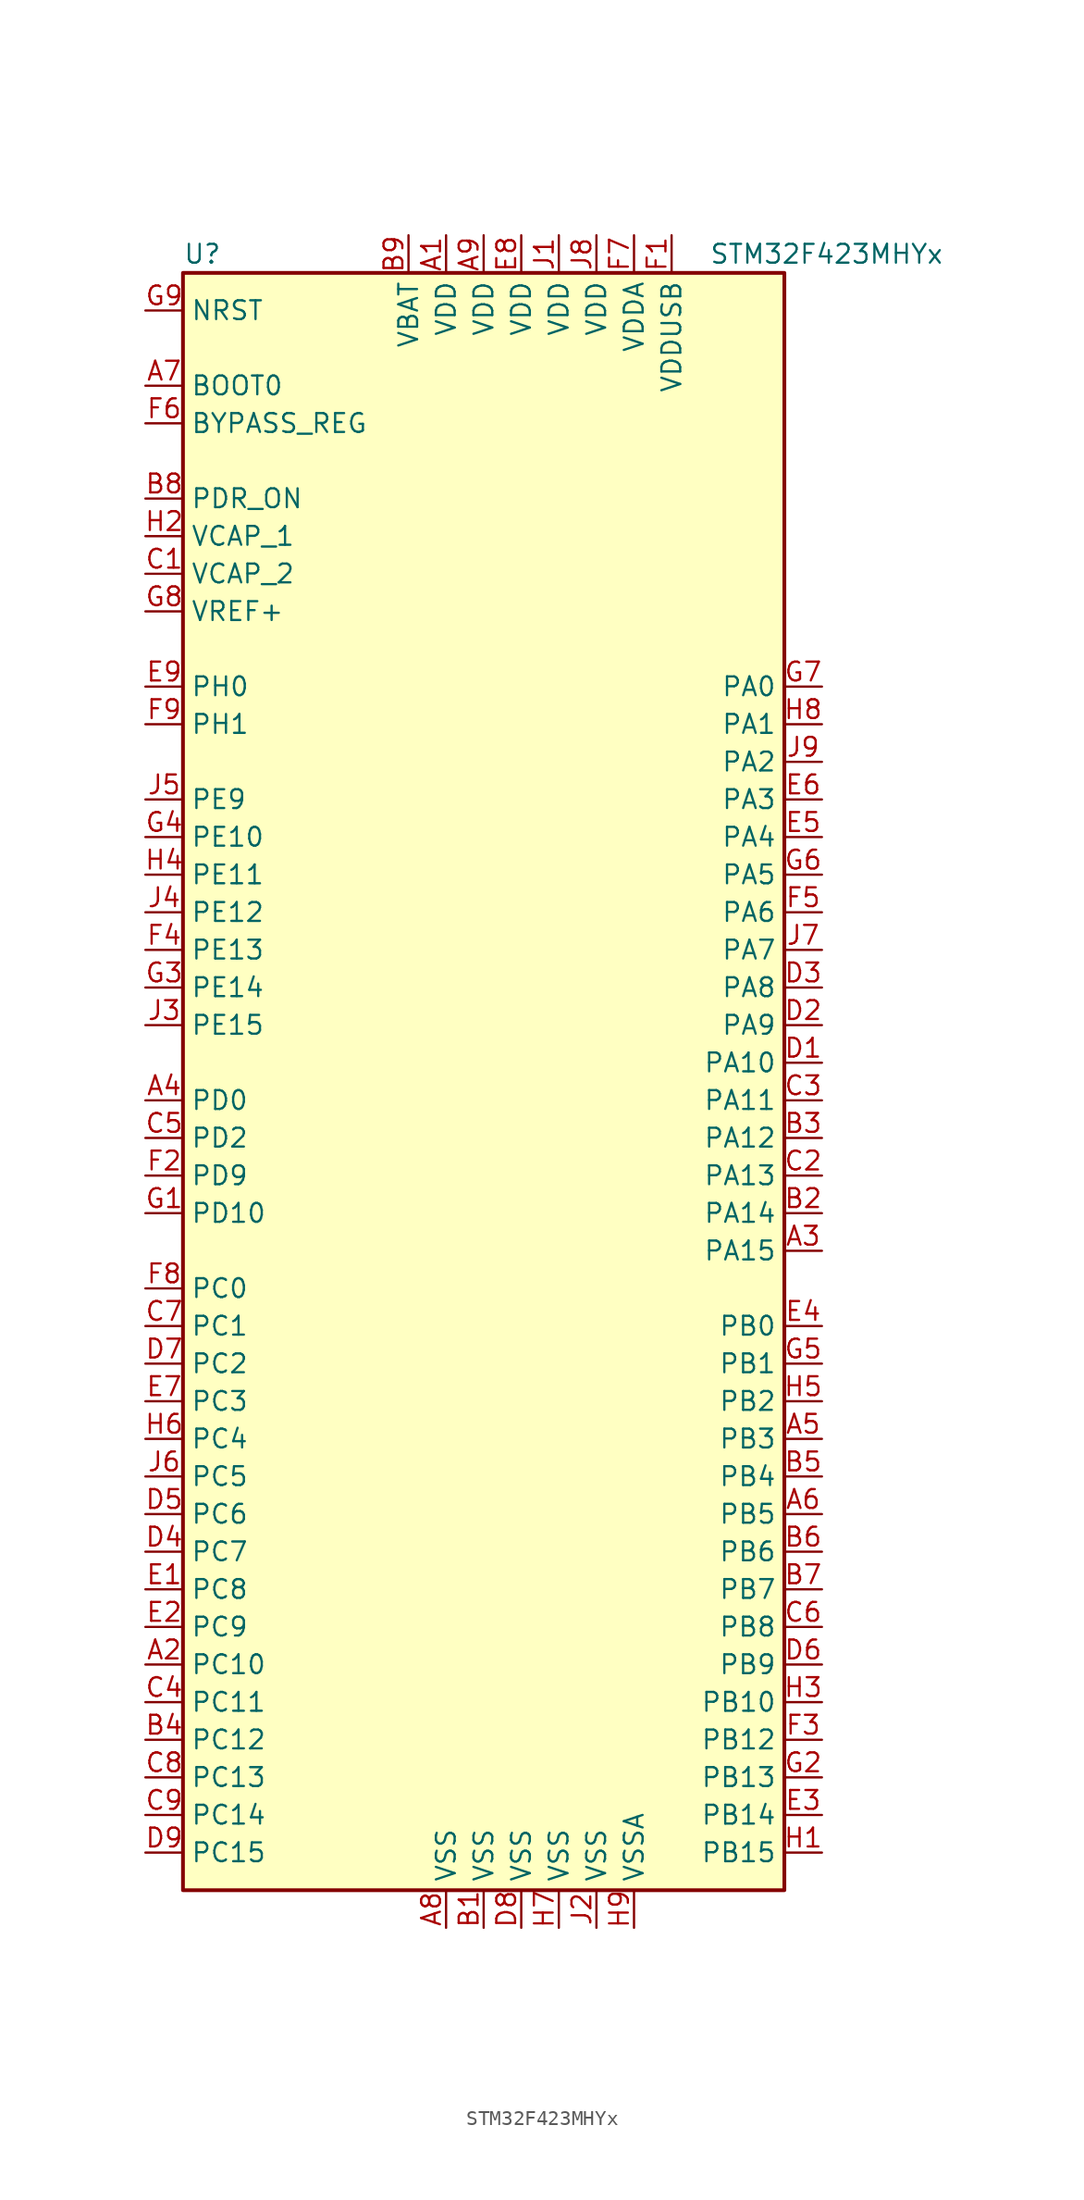
<source format=kicad_sym>
(kicad_symbol_lib
  (version 20201005)
  (generator kicad_symbol_editor)
  (symbol "STM32F423MHYx"
    (property "Reference" "U"
      (at -20.32 54.61 0)
      (effects (font (size 1.27 1.27)) (justify left)))
    (property "Value" "STM32F423MHYx"
      (at 15.24 54.61 0)
      (effects (font (size 1.27 1.27)) (justify left)))
    (symbol "STM32F423MHYx_0_1"
      (rectangle (start -20.32 -55.88) (end 20.32 53.34) (stroke (width 0.254)) (fill (type background))))
    (symbol "STM32F423MHYx_1_1"
      (pin input line (at -22.86 45.72 0) (length 2.54) (name "BOOT0" (effects (font (size 1.27 1.27)))) (number "A7" (effects (font (size 1.27 1.27)))))
      (pin input line (at -22.86 43.18 0) (length 2.54) (name "BYPASS_REG" (effects (font (size 1.27 1.27)))) (number "F6" (effects (font (size 1.27 1.27)))))
      (pin input line (at -22.86 50.8 0) (length 2.54) (name "NRST" (effects (font (size 1.27 1.27)))) (number "G9" (effects (font (size 1.27 1.27)))))
      (pin bidirectional line (at 22.86 25.4 180) (length 2.54) (name "PA0" (effects (font (size 1.27 1.27)))) (number "G7" (effects (font (size 1.27 1.27)))))
      (pin bidirectional line (at 22.86 22.86 180) (length 2.54) (name "PA1" (effects (font (size 1.27 1.27)))) (number "H8" (effects (font (size 1.27 1.27)))))
      (pin bidirectional line (at 22.86 0 180) (length 2.54) (name "PA10" (effects (font (size 1.27 1.27)))) (number "D1" (effects (font (size 1.27 1.27)))))
      (pin bidirectional line (at 22.86 -2.54 180) (length 2.54) (name "PA11" (effects (font (size 1.27 1.27)))) (number "C3" (effects (font (size 1.27 1.27)))))
      (pin bidirectional line (at 22.86 -5.08 180) (length 2.54) (name "PA12" (effects (font (size 1.27 1.27)))) (number "B3" (effects (font (size 1.27 1.27)))))
      (pin bidirectional line (at 22.86 -7.62 180) (length 2.54) (name "PA13" (effects (font (size 1.27 1.27)))) (number "C2" (effects (font (size 1.27 1.27)))))
      (pin bidirectional line (at 22.86 -10.16 180) (length 2.54) (name "PA14" (effects (font (size 1.27 1.27)))) (number "B2" (effects (font (size 1.27 1.27)))))
      (pin bidirectional line (at 22.86 -12.7 180) (length 2.54) (name "PA15" (effects (font (size 1.27 1.27)))) (number "A3" (effects (font (size 1.27 1.27)))))
      (pin bidirectional line (at 22.86 20.32 180) (length 2.54) (name "PA2" (effects (font (size 1.27 1.27)))) (number "J9" (effects (font (size 1.27 1.27)))))
      (pin bidirectional line (at 22.86 17.78 180) (length 2.54) (name "PA3" (effects (font (size 1.27 1.27)))) (number "E6" (effects (font (size 1.27 1.27)))))
      (pin bidirectional line (at 22.86 15.24 180) (length 2.54) (name "PA4" (effects (font (size 1.27 1.27)))) (number "E5" (effects (font (size 1.27 1.27)))))
      (pin bidirectional line (at 22.86 12.7 180) (length 2.54) (name "PA5" (effects (font (size 1.27 1.27)))) (number "G6" (effects (font (size 1.27 1.27)))))
      (pin bidirectional line (at 22.86 10.16 180) (length 2.54) (name "PA6" (effects (font (size 1.27 1.27)))) (number "F5" (effects (font (size 1.27 1.27)))))
      (pin bidirectional line (at 22.86 7.62 180) (length 2.54) (name "PA7" (effects (font (size 1.27 1.27)))) (number "J7" (effects (font (size 1.27 1.27)))))
      (pin bidirectional line (at 22.86 5.08 180) (length 2.54) (name "PA8" (effects (font (size 1.27 1.27)))) (number "D3" (effects (font (size 1.27 1.27)))))
      (pin bidirectional line (at 22.86 2.54 180) (length 2.54) (name "PA9" (effects (font (size 1.27 1.27)))) (number "D2" (effects (font (size 1.27 1.27)))))
      (pin bidirectional line (at 22.86 -17.78 180) (length 2.54) (name "PB0" (effects (font (size 1.27 1.27)))) (number "E4" (effects (font (size 1.27 1.27)))))
      (pin bidirectional line (at 22.86 -20.32 180) (length 2.54) (name "PB1" (effects (font (size 1.27 1.27)))) (number "G5" (effects (font (size 1.27 1.27)))))
      (pin bidirectional line (at 22.86 -43.18 180) (length 2.54) (name "PB10" (effects (font (size 1.27 1.27)))) (number "H3" (effects (font (size 1.27 1.27)))))
      (pin bidirectional line (at 22.86 -45.72 180) (length 2.54) (name "PB12" (effects (font (size 1.27 1.27)))) (number "F3" (effects (font (size 1.27 1.27)))))
      (pin bidirectional line (at 22.86 -48.26 180) (length 2.54) (name "PB13" (effects (font (size 1.27 1.27)))) (number "G2" (effects (font (size 1.27 1.27)))))
      (pin bidirectional line (at 22.86 -50.8 180) (length 2.54) (name "PB14" (effects (font (size 1.27 1.27)))) (number "E3" (effects (font (size 1.27 1.27)))))
      (pin bidirectional line (at 22.86 -53.34 180) (length 2.54) (name "PB15" (effects (font (size 1.27 1.27)))) (number "H1" (effects (font (size 1.27 1.27)))))
      (pin bidirectional line (at 22.86 -22.86 180) (length 2.54) (name "PB2" (effects (font (size 1.27 1.27)))) (number "H5" (effects (font (size 1.27 1.27)))))
      (pin bidirectional line (at 22.86 -25.4 180) (length 2.54) (name "PB3" (effects (font (size 1.27 1.27)))) (number "A5" (effects (font (size 1.27 1.27)))))
      (pin bidirectional line (at 22.86 -27.94 180) (length 2.54) (name "PB4" (effects (font (size 1.27 1.27)))) (number "B5" (effects (font (size 1.27 1.27)))))
      (pin bidirectional line (at 22.86 -30.48 180) (length 2.54) (name "PB5" (effects (font (size 1.27 1.27)))) (number "A6" (effects (font (size 1.27 1.27)))))
      (pin bidirectional line (at 22.86 -33.02 180) (length 2.54) (name "PB6" (effects (font (size 1.27 1.27)))) (number "B6" (effects (font (size 1.27 1.27)))))
      (pin bidirectional line (at 22.86 -35.56 180) (length 2.54) (name "PB7" (effects (font (size 1.27 1.27)))) (number "B7" (effects (font (size 1.27 1.27)))))
      (pin bidirectional line (at 22.86 -38.1 180) (length 2.54) (name "PB8" (effects (font (size 1.27 1.27)))) (number "C6" (effects (font (size 1.27 1.27)))))
      (pin bidirectional line (at 22.86 -40.64 180) (length 2.54) (name "PB9" (effects (font (size 1.27 1.27)))) (number "D6" (effects (font (size 1.27 1.27)))))
      (pin bidirectional line (at -22.86 -15.24 0) (length 2.54) (name "PC0" (effects (font (size 1.27 1.27)))) (number "F8" (effects (font (size 1.27 1.27)))))
      (pin bidirectional line (at -22.86 -17.78 0) (length 2.54) (name "PC1" (effects (font (size 1.27 1.27)))) (number "C7" (effects (font (size 1.27 1.27)))))
      (pin bidirectional line (at -22.86 -40.64 0) (length 2.54) (name "PC10" (effects (font (size 1.27 1.27)))) (number "A2" (effects (font (size 1.27 1.27)))))
      (pin bidirectional line (at -22.86 -43.18 0) (length 2.54) (name "PC11" (effects (font (size 1.27 1.27)))) (number "C4" (effects (font (size 1.27 1.27)))))
      (pin bidirectional line (at -22.86 -45.72 0) (length 2.54) (name "PC12" (effects (font (size 1.27 1.27)))) (number "B4" (effects (font (size 1.27 1.27)))))
      (pin bidirectional line (at -22.86 -48.26 0) (length 2.54) (name "PC13" (effects (font (size 1.27 1.27)))) (number "C8" (effects (font (size 1.27 1.27)))))
      (pin bidirectional line (at -22.86 -50.8 0) (length 2.54) (name "PC14" (effects (font (size 1.27 1.27)))) (number "C9" (effects (font (size 1.27 1.27)))))
      (pin bidirectional line (at -22.86 -53.34 0) (length 2.54) (name "PC15" (effects (font (size 1.27 1.27)))) (number "D9" (effects (font (size 1.27 1.27)))))
      (pin bidirectional line (at -22.86 -20.32 0) (length 2.54) (name "PC2" (effects (font (size 1.27 1.27)))) (number "D7" (effects (font (size 1.27 1.27)))))
      (pin bidirectional line (at -22.86 -22.86 0) (length 2.54) (name "PC3" (effects (font (size 1.27 1.27)))) (number "E7" (effects (font (size 1.27 1.27)))))
      (pin bidirectional line (at -22.86 -25.4 0) (length 2.54) (name "PC4" (effects (font (size 1.27 1.27)))) (number "H6" (effects (font (size 1.27 1.27)))))
      (pin bidirectional line (at -22.86 -27.94 0) (length 2.54) (name "PC5" (effects (font (size 1.27 1.27)))) (number "J6" (effects (font (size 1.27 1.27)))))
      (pin bidirectional line (at -22.86 -30.48 0) (length 2.54) (name "PC6" (effects (font (size 1.27 1.27)))) (number "D5" (effects (font (size 1.27 1.27)))))
      (pin bidirectional line (at -22.86 -33.02 0) (length 2.54) (name "PC7" (effects (font (size 1.27 1.27)))) (number "D4" (effects (font (size 1.27 1.27)))))
      (pin bidirectional line (at -22.86 -35.56 0) (length 2.54) (name "PC8" (effects (font (size 1.27 1.27)))) (number "E1" (effects (font (size 1.27 1.27)))))
      (pin bidirectional line (at -22.86 -38.1 0) (length 2.54) (name "PC9" (effects (font (size 1.27 1.27)))) (number "E2" (effects (font (size 1.27 1.27)))))
      (pin bidirectional line (at -22.86 -2.54 0) (length 2.54) (name "PD0" (effects (font (size 1.27 1.27)))) (number "A4" (effects (font (size 1.27 1.27)))))
      (pin bidirectional line (at -22.86 -10.16 0) (length 2.54) (name "PD10" (effects (font (size 1.27 1.27)))) (number "G1" (effects (font (size 1.27 1.27)))))
      (pin bidirectional line (at -22.86 -5.08 0) (length 2.54) (name "PD2" (effects (font (size 1.27 1.27)))) (number "C5" (effects (font (size 1.27 1.27)))))
      (pin bidirectional line (at -22.86 -7.62 0) (length 2.54) (name "PD9" (effects (font (size 1.27 1.27)))) (number "F2" (effects (font (size 1.27 1.27)))))
      (pin power_in line (at -22.86 38.1 0) (length 2.54) (name "PDR_ON" (effects (font (size 1.27 1.27)))) (number "B8" (effects (font (size 1.27 1.27)))))
      (pin bidirectional line (at -22.86 15.24 0) (length 2.54) (name "PE10" (effects (font (size 1.27 1.27)))) (number "G4" (effects (font (size 1.27 1.27)))))
      (pin bidirectional line (at -22.86 12.7 0) (length 2.54) (name "PE11" (effects (font (size 1.27 1.27)))) (number "H4" (effects (font (size 1.27 1.27)))))
      (pin bidirectional line (at -22.86 10.16 0) (length 2.54) (name "PE12" (effects (font (size 1.27 1.27)))) (number "J4" (effects (font (size 1.27 1.27)))))
      (pin bidirectional line (at -22.86 7.62 0) (length 2.54) (name "PE13" (effects (font (size 1.27 1.27)))) (number "F4" (effects (font (size 1.27 1.27)))))
      (pin bidirectional line (at -22.86 5.08 0) (length 2.54) (name "PE14" (effects (font (size 1.27 1.27)))) (number "G3" (effects (font (size 1.27 1.27)))))
      (pin bidirectional line (at -22.86 2.54 0) (length 2.54) (name "PE15" (effects (font (size 1.27 1.27)))) (number "J3" (effects (font (size 1.27 1.27)))))
      (pin bidirectional line (at -22.86 17.78 0) (length 2.54) (name "PE9" (effects (font (size 1.27 1.27)))) (number "J5" (effects (font (size 1.27 1.27)))))
      (pin input line (at -22.86 25.4 0) (length 2.54) (name "PH0" (effects (font (size 1.27 1.27)))) (number "E9" (effects (font (size 1.27 1.27)))))
      (pin input line (at -22.86 22.86 0) (length 2.54) (name "PH1" (effects (font (size 1.27 1.27)))) (number "F9" (effects (font (size 1.27 1.27)))))
      (pin power_in line (at -5.08 55.88 270) (length 2.54) (name "VBAT" (effects (font (size 1.27 1.27)))) (number "B9" (effects (font (size 1.27 1.27)))))
      (pin power_in line (at -22.86 35.56 0) (length 2.54) (name "VCAP_1" (effects (font (size 1.27 1.27)))) (number "H2" (effects (font (size 1.27 1.27)))))
      (pin power_in line (at -22.86 33.02 0) (length 2.54) (name "VCAP_2" (effects (font (size 1.27 1.27)))) (number "C1" (effects (font (size 1.27 1.27)))))
      (pin power_in line (at -2.54 55.88 270) (length 2.54) (name "VDD" (effects (font (size 1.27 1.27)))) (number "A1" (effects (font (size 1.27 1.27)))))
      (pin power_in line (at 0 55.88 270) (length 2.54) (name "VDD" (effects (font (size 1.27 1.27)))) (number "A9" (effects (font (size 1.27 1.27)))))
      (pin power_in line (at 2.54 55.88 270) (length 2.54) (name "VDD" (effects (font (size 1.27 1.27)))) (number "E8" (effects (font (size 1.27 1.27)))))
      (pin power_in line (at 5.08 55.88 270) (length 2.54) (name "VDD" (effects (font (size 1.27 1.27)))) (number "J1" (effects (font (size 1.27 1.27)))))
      (pin power_in line (at 7.62 55.88 270) (length 2.54) (name "VDD" (effects (font (size 1.27 1.27)))) (number "J8" (effects (font (size 1.27 1.27)))))
      (pin power_in line (at 10.16 55.88 270) (length 2.54) (name "VDDA" (effects (font (size 1.27 1.27)))) (number "F7" (effects (font (size 1.27 1.27)))))
      (pin power_in line (at 12.7 55.88 270) (length 2.54) (name "VDDUSB" (effects (font (size 1.27 1.27)))) (number "F1" (effects (font (size 1.27 1.27)))))
      (pin power_in line (at -22.86 30.48 0) (length 2.54) (name "VREF+" (effects (font (size 1.27 1.27)))) (number "G8" (effects (font (size 1.27 1.27)))))
      (pin power_in line (at -2.54 -58.42 90) (length 2.54) (name "VSS" (effects (font (size 1.27 1.27)))) (number "A8" (effects (font (size 1.27 1.27)))))
      (pin power_in line (at 0 -58.42 90) (length 2.54) (name "VSS" (effects (font (size 1.27 1.27)))) (number "B1" (effects (font (size 1.27 1.27)))))
      (pin power_in line (at 2.54 -58.42 90) (length 2.54) (name "VSS" (effects (font (size 1.27 1.27)))) (number "D8" (effects (font (size 1.27 1.27)))))
      (pin power_in line (at 5.08 -58.42 90) (length 2.54) (name "VSS" (effects (font (size 1.27 1.27)))) (number "H7" (effects (font (size 1.27 1.27)))))
      (pin power_in line (at 7.62 -58.42 90) (length 2.54) (name "VSS" (effects (font (size 1.27 1.27)))) (number "J2" (effects (font (size 1.27 1.27)))))
      (pin power_in line (at 10.16 -58.42 90) (length 2.54) (name "VSSA" (effects (font (size 1.27 1.27)))) (number "H9" (effects (font (size 1.27 1.27))))))))
</source>
